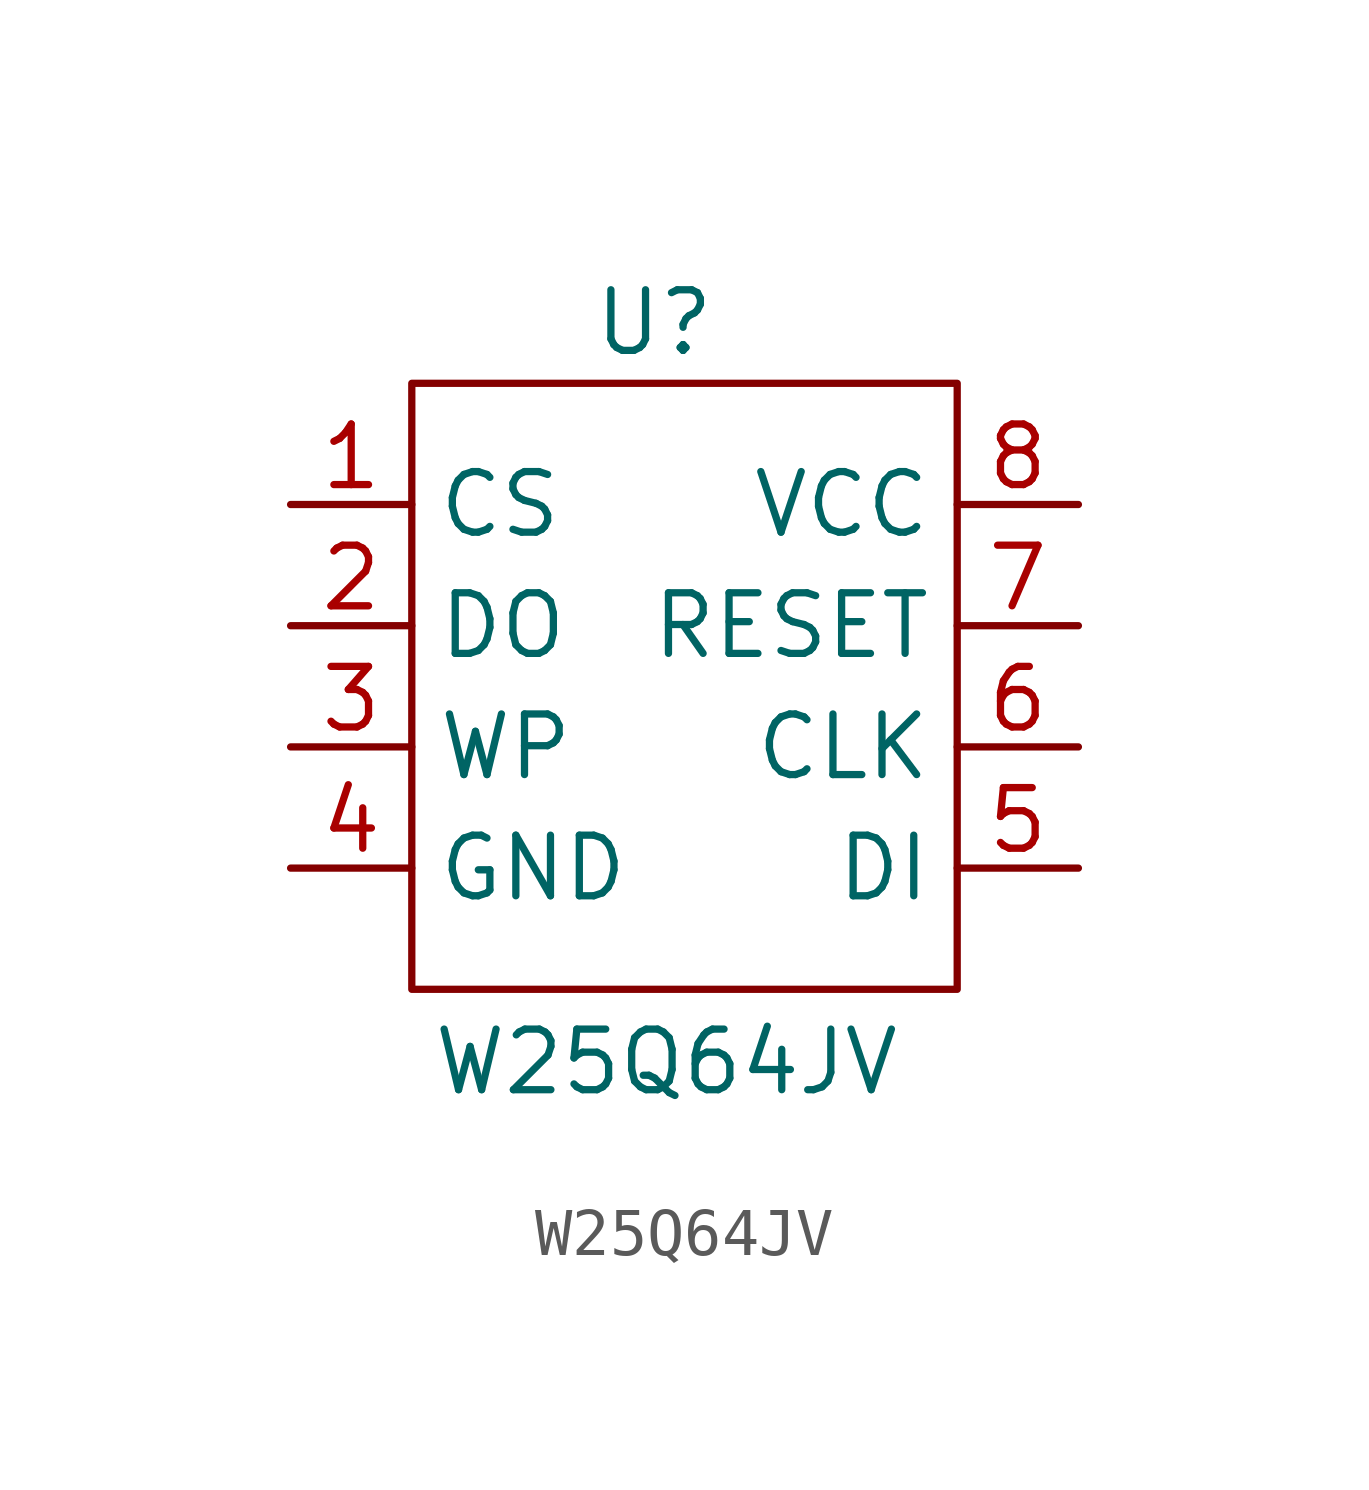
<source format=kicad_sym>
(kicad_symbol_lib
  (version 20241209)
  (generator "kicad_symbol_editor")
  (generator_version "9.0")
  (symbol "W25Q64JV"
    (property "Reference" "U"
      (at 0 3.81 0)
      (effects (font (size 1.27 1.27))))
    (property "Value" "W25Q64JV"
      (at 0.254 -11.684 0)
      (effects (font (size 1.27 1.27))))
    (symbol "W25Q64JV_1_1"
      (rectangle (start -5.08 2.54) (end 6.35 -10.16) (stroke (width 0) (type solid)) (fill (type none)))
      (pin bidirectional line (at -7.62 0 0) (length 2.54) (name "CS" (effects (font (size 1.27 1.27)))) (number "1" (effects (font (size 1.27 1.27)))))
      (pin bidirectional line (at -7.62 -2.54 0) (length 2.54) (name "DO" (effects (font (size 1.27 1.27)))) (number "2" (effects (font (size 1.27 1.27)))))
      (pin bidirectional line (at -7.62 -5.08 0) (length 2.54) (name "WP" (effects (font (size 1.27 1.27)))) (number "3" (effects (font (size 1.27 1.27)))))
      (pin bidirectional line (at -7.62 -7.62 0) (length 2.54) (name "GND" (effects (font (size 1.27 1.27)))) (number "4" (effects (font (size 1.27 1.27)))))
      (pin power_in line (at 8.89 0 180) (length 2.54) (name "VCC" (effects (font (size 1.27 1.27)))) (number "8" (effects (font (size 1.27 1.27)))))
      (pin bidirectional line (at 8.89 -2.54 180) (length 2.54) (name "RESET" (effects (font (size 1.27 1.27)))) (number "7" (effects (font (size 1.27 1.27)))))
      (pin bidirectional line (at 8.89 -5.08 180) (length 2.54) (name "CLK" (effects (font (size 1.27 1.27)))) (number "6" (effects (font (size 1.27 1.27)))))
      (pin bidirectional line (at 8.89 -7.62 180) (length 2.54) (name "DI" (effects (font (size 1.27 1.27)))) (number "5" (effects (font (size 1.27 1.27))))))))
</source>
